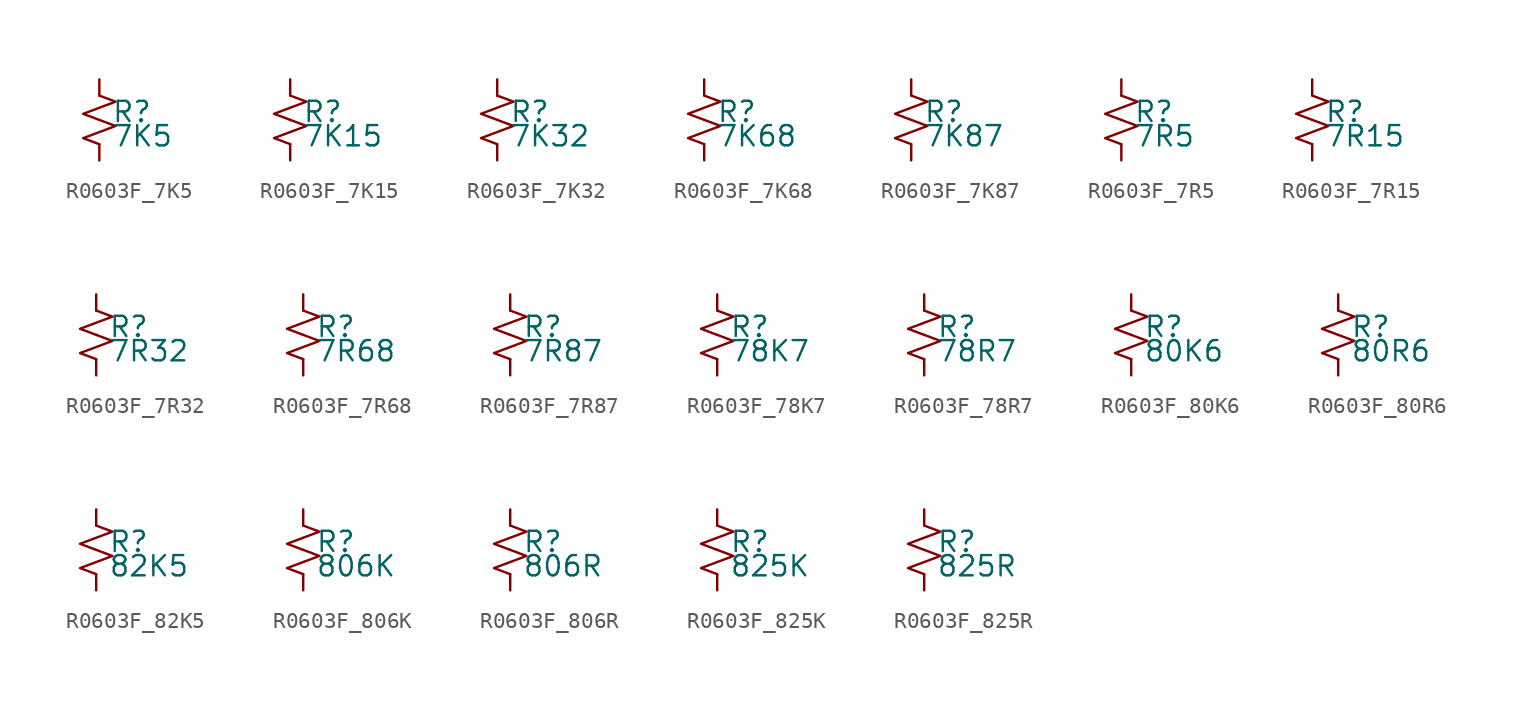
<source format=kicad_sym>
(kicad_symbol_lib
  (version 20220914)
  (generator kicad_symbol_editor)
  (symbol "R0603F_7K5"
    (pin_numbers hide)
    (pin_names
      (offset 0.254) hide)
    (property "Reference" "R"
      (at 0.762 0.508 0)
      (effects (font (size 1.27 1.27)) (justify left)))
    (property "Value" "7K5"
      (at 0.762 -1.016 0)
      (effects (font (size 1.27 1.27)) (justify left)))
    (symbol "R0603F_7K5_1_1"
      (polyline (pts (xy 0 0) (xy 1.016 -0.381) (xy 0 -0.762) (xy -1.016 -1.143) (xy 0 -1.524)) (stroke (width 0) (type default)) (fill (type none)))
      (polyline (pts (xy 0 1.524) (xy 1.016 1.143) (xy 0 0.762) (xy -1.016 0.381) (xy 0 0)) (stroke (width 0) (type default)) (fill (type none)))
      (pin passive line (at 0 2.54 270) (length 1.016) (name "~" (effects (font (size 1.27 1.27)))) (number "1" (effects (font (size 1.27 1.27)))))
      (pin passive line (at 0 -2.54 90) (length 1.016) (name "~" (effects (font (size 1.27 1.27)))) (number "2" (effects (font (size 1.27 1.27)))))))
  (symbol "R0603F_7K15"
    (pin_numbers hide)
    (pin_names
      (offset 0.254) hide)
    (property "Reference" "R"
      (at 0.762 0.508 0)
      (effects (font (size 1.27 1.27)) (justify left)))
    (property "Value" "7K15"
      (at 0.762 -1.016 0)
      (effects (font (size 1.27 1.27)) (justify left)))
    (symbol "R0603F_7K15_1_1"
      (polyline (pts (xy 0 0) (xy 1.016 -0.381) (xy 0 -0.762) (xy -1.016 -1.143) (xy 0 -1.524)) (stroke (width 0) (type default)) (fill (type none)))
      (polyline (pts (xy 0 1.524) (xy 1.016 1.143) (xy 0 0.762) (xy -1.016 0.381) (xy 0 0)) (stroke (width 0) (type default)) (fill (type none)))
      (pin passive line (at 0 2.54 270) (length 1.016) (name "~" (effects (font (size 1.27 1.27)))) (number "1" (effects (font (size 1.27 1.27)))))
      (pin passive line (at 0 -2.54 90) (length 1.016) (name "~" (effects (font (size 1.27 1.27)))) (number "2" (effects (font (size 1.27 1.27)))))))
  (symbol "R0603F_7K32"
    (pin_numbers hide)
    (pin_names
      (offset 0.254) hide)
    (property "Reference" "R"
      (at 0.762 0.508 0)
      (effects (font (size 1.27 1.27)) (justify left)))
    (property "Value" "7K32"
      (at 0.762 -1.016 0)
      (effects (font (size 1.27 1.27)) (justify left)))
    (symbol "R0603F_7K32_1_1"
      (polyline (pts (xy 0 0) (xy 1.016 -0.381) (xy 0 -0.762) (xy -1.016 -1.143) (xy 0 -1.524)) (stroke (width 0) (type default)) (fill (type none)))
      (polyline (pts (xy 0 1.524) (xy 1.016 1.143) (xy 0 0.762) (xy -1.016 0.381) (xy 0 0)) (stroke (width 0) (type default)) (fill (type none)))
      (pin passive line (at 0 2.54 270) (length 1.016) (name "~" (effects (font (size 1.27 1.27)))) (number "1" (effects (font (size 1.27 1.27)))))
      (pin passive line (at 0 -2.54 90) (length 1.016) (name "~" (effects (font (size 1.27 1.27)))) (number "2" (effects (font (size 1.27 1.27)))))))
  (symbol "R0603F_7K68"
    (pin_numbers hide)
    (pin_names
      (offset 0.254) hide)
    (property "Reference" "R"
      (at 0.762 0.508 0)
      (effects (font (size 1.27 1.27)) (justify left)))
    (property "Value" "7K68"
      (at 0.762 -1.016 0)
      (effects (font (size 1.27 1.27)) (justify left)))
    (symbol "R0603F_7K68_1_1"
      (polyline (pts (xy 0 0) (xy 1.016 -0.381) (xy 0 -0.762) (xy -1.016 -1.143) (xy 0 -1.524)) (stroke (width 0) (type default)) (fill (type none)))
      (polyline (pts (xy 0 1.524) (xy 1.016 1.143) (xy 0 0.762) (xy -1.016 0.381) (xy 0 0)) (stroke (width 0) (type default)) (fill (type none)))
      (pin passive line (at 0 2.54 270) (length 1.016) (name "~" (effects (font (size 1.27 1.27)))) (number "1" (effects (font (size 1.27 1.27)))))
      (pin passive line (at 0 -2.54 90) (length 1.016) (name "~" (effects (font (size 1.27 1.27)))) (number "2" (effects (font (size 1.27 1.27)))))))
  (symbol "R0603F_7K87"
    (pin_numbers hide)
    (pin_names
      (offset 0.254) hide)
    (property "Reference" "R"
      (at 0.762 0.508 0)
      (effects (font (size 1.27 1.27)) (justify left)))
    (property "Value" "7K87"
      (at 0.762 -1.016 0)
      (effects (font (size 1.27 1.27)) (justify left)))
    (symbol "R0603F_7K87_1_1"
      (polyline (pts (xy 0 0) (xy 1.016 -0.381) (xy 0 -0.762) (xy -1.016 -1.143) (xy 0 -1.524)) (stroke (width 0) (type default)) (fill (type none)))
      (polyline (pts (xy 0 1.524) (xy 1.016 1.143) (xy 0 0.762) (xy -1.016 0.381) (xy 0 0)) (stroke (width 0) (type default)) (fill (type none)))
      (pin passive line (at 0 2.54 270) (length 1.016) (name "~" (effects (font (size 1.27 1.27)))) (number "1" (effects (font (size 1.27 1.27)))))
      (pin passive line (at 0 -2.54 90) (length 1.016) (name "~" (effects (font (size 1.27 1.27)))) (number "2" (effects (font (size 1.27 1.27)))))))
  (symbol "R0603F_7R5"
    (pin_numbers hide)
    (pin_names
      (offset 0.254) hide)
    (property "Reference" "R"
      (at 0.762 0.508 0)
      (effects (font (size 1.27 1.27)) (justify left)))
    (property "Value" "7R5"
      (at 0.762 -1.016 0)
      (effects (font (size 1.27 1.27)) (justify left)))
    (symbol "R0603F_7R5_1_1"
      (polyline (pts (xy 0 0) (xy 1.016 -0.381) (xy 0 -0.762) (xy -1.016 -1.143) (xy 0 -1.524)) (stroke (width 0) (type default)) (fill (type none)))
      (polyline (pts (xy 0 1.524) (xy 1.016 1.143) (xy 0 0.762) (xy -1.016 0.381) (xy 0 0)) (stroke (width 0) (type default)) (fill (type none)))
      (pin passive line (at 0 2.54 270) (length 1.016) (name "~" (effects (font (size 1.27 1.27)))) (number "1" (effects (font (size 1.27 1.27)))))
      (pin passive line (at 0 -2.54 90) (length 1.016) (name "~" (effects (font (size 1.27 1.27)))) (number "2" (effects (font (size 1.27 1.27)))))))
  (symbol "R0603F_7R15"
    (pin_numbers hide)
    (pin_names
      (offset 0.254) hide)
    (property "Reference" "R"
      (at 0.762 0.508 0)
      (effects (font (size 1.27 1.27)) (justify left)))
    (property "Value" "7R15"
      (at 0.762 -1.016 0)
      (effects (font (size 1.27 1.27)) (justify left)))
    (symbol "R0603F_7R15_1_1"
      (polyline (pts (xy 0 0) (xy 1.016 -0.381) (xy 0 -0.762) (xy -1.016 -1.143) (xy 0 -1.524)) (stroke (width 0) (type default)) (fill (type none)))
      (polyline (pts (xy 0 1.524) (xy 1.016 1.143) (xy 0 0.762) (xy -1.016 0.381) (xy 0 0)) (stroke (width 0) (type default)) (fill (type none)))
      (pin passive line (at 0 2.54 270) (length 1.016) (name "~" (effects (font (size 1.27 1.27)))) (number "1" (effects (font (size 1.27 1.27)))))
      (pin passive line (at 0 -2.54 90) (length 1.016) (name "~" (effects (font (size 1.27 1.27)))) (number "2" (effects (font (size 1.27 1.27)))))))
  (symbol "R0603F_7R32"
    (pin_numbers hide)
    (pin_names
      (offset 0.254) hide)
    (property "Reference" "R"
      (at 0.762 0.508 0)
      (effects (font (size 1.27 1.27)) (justify left)))
    (property "Value" "7R32"
      (at 0.762 -1.016 0)
      (effects (font (size 1.27 1.27)) (justify left)))
    (symbol "R0603F_7R32_1_1"
      (polyline (pts (xy 0 0) (xy 1.016 -0.381) (xy 0 -0.762) (xy -1.016 -1.143) (xy 0 -1.524)) (stroke (width 0) (type default)) (fill (type none)))
      (polyline (pts (xy 0 1.524) (xy 1.016 1.143) (xy 0 0.762) (xy -1.016 0.381) (xy 0 0)) (stroke (width 0) (type default)) (fill (type none)))
      (pin passive line (at 0 2.54 270) (length 1.016) (name "~" (effects (font (size 1.27 1.27)))) (number "1" (effects (font (size 1.27 1.27)))))
      (pin passive line (at 0 -2.54 90) (length 1.016) (name "~" (effects (font (size 1.27 1.27)))) (number "2" (effects (font (size 1.27 1.27)))))))
  (symbol "R0603F_7R68"
    (pin_numbers hide)
    (pin_names
      (offset 0.254) hide)
    (property "Reference" "R"
      (at 0.762 0.508 0)
      (effects (font (size 1.27 1.27)) (justify left)))
    (property "Value" "7R68"
      (at 0.762 -1.016 0)
      (effects (font (size 1.27 1.27)) (justify left)))
    (symbol "R0603F_7R68_1_1"
      (polyline (pts (xy 0 0) (xy 1.016 -0.381) (xy 0 -0.762) (xy -1.016 -1.143) (xy 0 -1.524)) (stroke (width 0) (type default)) (fill (type none)))
      (polyline (pts (xy 0 1.524) (xy 1.016 1.143) (xy 0 0.762) (xy -1.016 0.381) (xy 0 0)) (stroke (width 0) (type default)) (fill (type none)))
      (pin passive line (at 0 2.54 270) (length 1.016) (name "~" (effects (font (size 1.27 1.27)))) (number "1" (effects (font (size 1.27 1.27)))))
      (pin passive line (at 0 -2.54 90) (length 1.016) (name "~" (effects (font (size 1.27 1.27)))) (number "2" (effects (font (size 1.27 1.27)))))))
  (symbol "R0603F_7R87"
    (pin_numbers hide)
    (pin_names
      (offset 0.254) hide)
    (property "Reference" "R"
      (at 0.762 0.508 0)
      (effects (font (size 1.27 1.27)) (justify left)))
    (property "Value" "7R87"
      (at 0.762 -1.016 0)
      (effects (font (size 1.27 1.27)) (justify left)))
    (symbol "R0603F_7R87_1_1"
      (polyline (pts (xy 0 0) (xy 1.016 -0.381) (xy 0 -0.762) (xy -1.016 -1.143) (xy 0 -1.524)) (stroke (width 0) (type default)) (fill (type none)))
      (polyline (pts (xy 0 1.524) (xy 1.016 1.143) (xy 0 0.762) (xy -1.016 0.381) (xy 0 0)) (stroke (width 0) (type default)) (fill (type none)))
      (pin passive line (at 0 2.54 270) (length 1.016) (name "~" (effects (font (size 1.27 1.27)))) (number "1" (effects (font (size 1.27 1.27)))))
      (pin passive line (at 0 -2.54 90) (length 1.016) (name "~" (effects (font (size 1.27 1.27)))) (number "2" (effects (font (size 1.27 1.27)))))))
  (symbol "R0603F_78K7"
    (pin_numbers hide)
    (pin_names
      (offset 0.254) hide)
    (property "Reference" "R"
      (at 0.762 0.508 0)
      (effects (font (size 1.27 1.27)) (justify left)))
    (property "Value" "78K7"
      (at 0.762 -1.016 0)
      (effects (font (size 1.27 1.27)) (justify left)))
    (symbol "R0603F_78K7_1_1"
      (polyline (pts (xy 0 0) (xy 1.016 -0.381) (xy 0 -0.762) (xy -1.016 -1.143) (xy 0 -1.524)) (stroke (width 0) (type default)) (fill (type none)))
      (polyline (pts (xy 0 1.524) (xy 1.016 1.143) (xy 0 0.762) (xy -1.016 0.381) (xy 0 0)) (stroke (width 0) (type default)) (fill (type none)))
      (pin passive line (at 0 2.54 270) (length 1.016) (name "~" (effects (font (size 1.27 1.27)))) (number "1" (effects (font (size 1.27 1.27)))))
      (pin passive line (at 0 -2.54 90) (length 1.016) (name "~" (effects (font (size 1.27 1.27)))) (number "2" (effects (font (size 1.27 1.27)))))))
  (symbol "R0603F_78R7"
    (pin_numbers hide)
    (pin_names
      (offset 0.254) hide)
    (property "Reference" "R"
      (at 0.762 0.508 0)
      (effects (font (size 1.27 1.27)) (justify left)))
    (property "Value" "78R7"
      (at 0.762 -1.016 0)
      (effects (font (size 1.27 1.27)) (justify left)))
    (symbol "R0603F_78R7_1_1"
      (polyline (pts (xy 0 0) (xy 1.016 -0.381) (xy 0 -0.762) (xy -1.016 -1.143) (xy 0 -1.524)) (stroke (width 0) (type default)) (fill (type none)))
      (polyline (pts (xy 0 1.524) (xy 1.016 1.143) (xy 0 0.762) (xy -1.016 0.381) (xy 0 0)) (stroke (width 0) (type default)) (fill (type none)))
      (pin passive line (at 0 2.54 270) (length 1.016) (name "~" (effects (font (size 1.27 1.27)))) (number "1" (effects (font (size 1.27 1.27)))))
      (pin passive line (at 0 -2.54 90) (length 1.016) (name "~" (effects (font (size 1.27 1.27)))) (number "2" (effects (font (size 1.27 1.27)))))))
  (symbol "R0603F_80K6"
    (pin_numbers hide)
    (pin_names
      (offset 0.254) hide)
    (property "Reference" "R"
      (at 0.762 0.508 0)
      (effects (font (size 1.27 1.27)) (justify left)))
    (property "Value" "80K6"
      (at 0.762 -1.016 0)
      (effects (font (size 1.27 1.27)) (justify left)))
    (symbol "R0603F_80K6_1_1"
      (polyline (pts (xy 0 0) (xy 1.016 -0.381) (xy 0 -0.762) (xy -1.016 -1.143) (xy 0 -1.524)) (stroke (width 0) (type default)) (fill (type none)))
      (polyline (pts (xy 0 1.524) (xy 1.016 1.143) (xy 0 0.762) (xy -1.016 0.381) (xy 0 0)) (stroke (width 0) (type default)) (fill (type none)))
      (pin passive line (at 0 2.54 270) (length 1.016) (name "~" (effects (font (size 1.27 1.27)))) (number "1" (effects (font (size 1.27 1.27)))))
      (pin passive line (at 0 -2.54 90) (length 1.016) (name "~" (effects (font (size 1.27 1.27)))) (number "2" (effects (font (size 1.27 1.27)))))))
  (symbol "R0603F_80R6"
    (pin_numbers hide)
    (pin_names
      (offset 0.254) hide)
    (property "Reference" "R"
      (at 0.762 0.508 0)
      (effects (font (size 1.27 1.27)) (justify left)))
    (property "Value" "80R6"
      (at 0.762 -1.016 0)
      (effects (font (size 1.27 1.27)) (justify left)))
    (symbol "R0603F_80R6_1_1"
      (polyline (pts (xy 0 0) (xy 1.016 -0.381) (xy 0 -0.762) (xy -1.016 -1.143) (xy 0 -1.524)) (stroke (width 0) (type default)) (fill (type none)))
      (polyline (pts (xy 0 1.524) (xy 1.016 1.143) (xy 0 0.762) (xy -1.016 0.381) (xy 0 0)) (stroke (width 0) (type default)) (fill (type none)))
      (pin passive line (at 0 2.54 270) (length 1.016) (name "~" (effects (font (size 1.27 1.27)))) (number "1" (effects (font (size 1.27 1.27)))))
      (pin passive line (at 0 -2.54 90) (length 1.016) (name "~" (effects (font (size 1.27 1.27)))) (number "2" (effects (font (size 1.27 1.27)))))))
  (symbol "R0603F_82K5"
    (pin_numbers hide)
    (pin_names
      (offset 0.254) hide)
    (property "Reference" "R"
      (at 0.762 0.508 0)
      (effects (font (size 1.27 1.27)) (justify left)))
    (property "Value" "82K5"
      (at 0.762 -1.016 0)
      (effects (font (size 1.27 1.27)) (justify left)))
    (symbol "R0603F_82K5_1_1"
      (polyline (pts (xy 0 0) (xy 1.016 -0.381) (xy 0 -0.762) (xy -1.016 -1.143) (xy 0 -1.524)) (stroke (width 0) (type default)) (fill (type none)))
      (polyline (pts (xy 0 1.524) (xy 1.016 1.143) (xy 0 0.762) (xy -1.016 0.381) (xy 0 0)) (stroke (width 0) (type default)) (fill (type none)))
      (pin passive line (at 0 2.54 270) (length 1.016) (name "~" (effects (font (size 1.27 1.27)))) (number "1" (effects (font (size 1.27 1.27)))))
      (pin passive line (at 0 -2.54 90) (length 1.016) (name "~" (effects (font (size 1.27 1.27)))) (number "2" (effects (font (size 1.27 1.27)))))))
  (symbol "R0603F_806K"
    (pin_numbers hide)
    (pin_names
      (offset 0.254) hide)
    (property "Reference" "R"
      (at 0.762 0.508 0)
      (effects (font (size 1.27 1.27)) (justify left)))
    (property "Value" "806K"
      (at 0.762 -1.016 0)
      (effects (font (size 1.27 1.27)) (justify left)))
    (symbol "R0603F_806K_1_1"
      (polyline (pts (xy 0 0) (xy 1.016 -0.381) (xy 0 -0.762) (xy -1.016 -1.143) (xy 0 -1.524)) (stroke (width 0) (type default)) (fill (type none)))
      (polyline (pts (xy 0 1.524) (xy 1.016 1.143) (xy 0 0.762) (xy -1.016 0.381) (xy 0 0)) (stroke (width 0) (type default)) (fill (type none)))
      (pin passive line (at 0 2.54 270) (length 1.016) (name "~" (effects (font (size 1.27 1.27)))) (number "1" (effects (font (size 1.27 1.27)))))
      (pin passive line (at 0 -2.54 90) (length 1.016) (name "~" (effects (font (size 1.27 1.27)))) (number "2" (effects (font (size 1.27 1.27)))))))
  (symbol "R0603F_806R"
    (pin_numbers hide)
    (pin_names
      (offset 0.254) hide)
    (property "Reference" "R"
      (at 0.762 0.508 0)
      (effects (font (size 1.27 1.27)) (justify left)))
    (property "Value" "806R"
      (at 0.762 -1.016 0)
      (effects (font (size 1.27 1.27)) (justify left)))
    (symbol "R0603F_806R_1_1"
      (polyline (pts (xy 0 0) (xy 1.016 -0.381) (xy 0 -0.762) (xy -1.016 -1.143) (xy 0 -1.524)) (stroke (width 0) (type default)) (fill (type none)))
      (polyline (pts (xy 0 1.524) (xy 1.016 1.143) (xy 0 0.762) (xy -1.016 0.381) (xy 0 0)) (stroke (width 0) (type default)) (fill (type none)))
      (pin passive line (at 0 2.54 270) (length 1.016) (name "~" (effects (font (size 1.27 1.27)))) (number "1" (effects (font (size 1.27 1.27)))))
      (pin passive line (at 0 -2.54 90) (length 1.016) (name "~" (effects (font (size 1.27 1.27)))) (number "2" (effects (font (size 1.27 1.27)))))))
  (symbol "R0603F_825K"
    (pin_numbers hide)
    (pin_names
      (offset 0.254) hide)
    (property "Reference" "R"
      (at 0.762 0.508 0)
      (effects (font (size 1.27 1.27)) (justify left)))
    (property "Value" "825K"
      (at 0.762 -1.016 0)
      (effects (font (size 1.27 1.27)) (justify left)))
    (symbol "R0603F_825K_1_1"
      (polyline (pts (xy 0 0) (xy 1.016 -0.381) (xy 0 -0.762) (xy -1.016 -1.143) (xy 0 -1.524)) (stroke (width 0) (type default)) (fill (type none)))
      (polyline (pts (xy 0 1.524) (xy 1.016 1.143) (xy 0 0.762) (xy -1.016 0.381) (xy 0 0)) (stroke (width 0) (type default)) (fill (type none)))
      (pin passive line (at 0 2.54 270) (length 1.016) (name "~" (effects (font (size 1.27 1.27)))) (number "1" (effects (font (size 1.27 1.27)))))
      (pin passive line (at 0 -2.54 90) (length 1.016) (name "~" (effects (font (size 1.27 1.27)))) (number "2" (effects (font (size 1.27 1.27)))))))
  (symbol "R0603F_825R"
    (pin_numbers hide)
    (pin_names
      (offset 0.254) hide)
    (property "Reference" "R"
      (at 0.762 0.508 0)
      (effects (font (size 1.27 1.27)) (justify left)))
    (property "Value" "825R"
      (at 0.762 -1.016 0)
      (effects (font (size 1.27 1.27)) (justify left)))
    (symbol "R0603F_825R_1_1"
      (polyline (pts (xy 0 0) (xy 1.016 -0.381) (xy 0 -0.762) (xy -1.016 -1.143) (xy 0 -1.524)) (stroke (width 0) (type default)) (fill (type none)))
      (polyline (pts (xy 0 1.524) (xy 1.016 1.143) (xy 0 0.762) (xy -1.016 0.381) (xy 0 0)) (stroke (width 0) (type default)) (fill (type none)))
      (pin passive line (at 0 2.54 270) (length 1.016) (name "~" (effects (font (size 1.27 1.27)))) (number "1" (effects (font (size 1.27 1.27)))))
      (pin passive line (at 0 -2.54 90) (length 1.016) (name "~" (effects (font (size 1.27 1.27)))) (number "2" (effects (font (size 1.27 1.27))))))))
</source>
